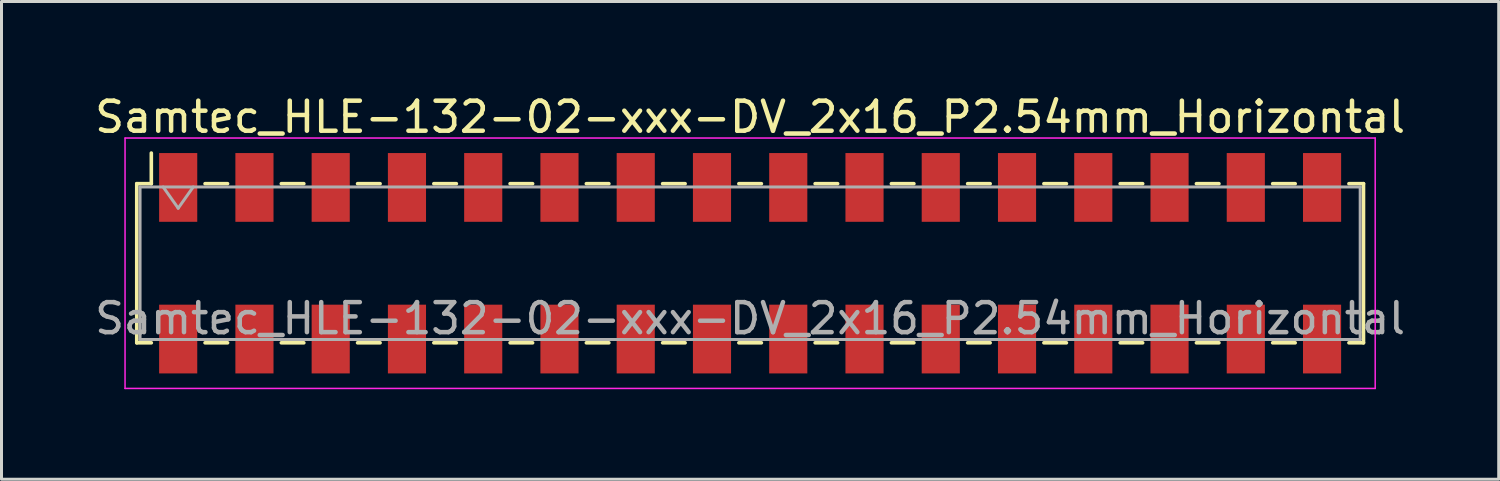
<source format=kicad_pcb>
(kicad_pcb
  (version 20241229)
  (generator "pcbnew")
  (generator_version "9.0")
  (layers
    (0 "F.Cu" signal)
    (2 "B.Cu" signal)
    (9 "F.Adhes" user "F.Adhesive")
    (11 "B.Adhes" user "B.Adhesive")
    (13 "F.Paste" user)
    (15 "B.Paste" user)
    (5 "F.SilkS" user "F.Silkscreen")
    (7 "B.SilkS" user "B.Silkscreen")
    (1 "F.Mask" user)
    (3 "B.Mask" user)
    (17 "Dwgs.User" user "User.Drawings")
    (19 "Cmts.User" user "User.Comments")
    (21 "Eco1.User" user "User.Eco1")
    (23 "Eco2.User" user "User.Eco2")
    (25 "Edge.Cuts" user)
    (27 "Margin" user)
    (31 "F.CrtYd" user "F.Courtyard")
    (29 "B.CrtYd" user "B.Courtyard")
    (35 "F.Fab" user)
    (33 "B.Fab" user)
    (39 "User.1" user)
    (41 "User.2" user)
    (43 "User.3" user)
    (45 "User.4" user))
  (footprint "Samtec_HLE-132-02-xxx-DV_2x16_P2.54mm_Horizontal"
    (layer "F.Cu")
    (at 21.935 5.718)
    (property "Reference" "Samtec_HLE-132-02-xxx-DV_2x16_P2.54mm_Horizontal" (at 0 -4.87 0) (layer "F.SilkS") (effects (font (size 1 1) (thickness 0.15))))
    (attr smd)
    (fp_line (start -20.43 -2.65) (end -20.43 2.65) (stroke (width 0.12) (type solid)) (layer "F.SilkS"))
    (fp_line (start -20.43 2.65) (end -19.945 2.65) (stroke (width 0.12) (type solid)) (layer "F.SilkS"))
    (fp_line (start -19.945 -3.67) (end -19.945 -2.65) (stroke (width 0.12) (type solid)) (layer "F.SilkS"))
    (fp_line (start -19.945 -2.65) (end -20.43 -2.65) (stroke (width 0.12) (type solid)) (layer "F.SilkS"))
    (fp_line (start -18.155 -2.65) (end -17.405 -2.65) (stroke (width 0.12) (type solid)) (layer "F.SilkS"))
    (fp_line (start -18.155 2.65) (end -17.405 2.65) (stroke (width 0.12) (type solid)) (layer "F.SilkS"))
    (fp_line (start -15.615 -2.65) (end -14.865 -2.65) (stroke (width 0.12) (type solid)) (layer "F.SilkS"))
    (fp_line (start -15.615 2.65) (end -14.865 2.65) (stroke (width 0.12) (type solid)) (layer "F.SilkS"))
    (fp_line (start -13.075 -2.65) (end -12.325 -2.65) (stroke (width 0.12) (type solid)) (layer "F.SilkS"))
    (fp_line (start -13.075 2.65) (end -12.325 2.65) (stroke (width 0.12) (type solid)) (layer "F.SilkS"))
    (fp_line (start -10.535 -2.65) (end -9.785 -2.65) (stroke (width 0.12) (type solid)) (layer "F.SilkS"))
    (fp_line (start -10.535 2.65) (end -9.785 2.65) (stroke (width 0.12) (type solid)) (layer "F.SilkS"))
    (fp_line (start -7.995 -2.65) (end -7.245 -2.65) (stroke (width 0.12) (type solid)) (layer "F.SilkS"))
    (fp_line (start -7.995 2.65) (end -7.245 2.65) (stroke (width 0.12) (type solid)) (layer "F.SilkS"))
    (fp_line (start -5.455 -2.65) (end -4.705 -2.65) (stroke (width 0.12) (type solid)) (layer "F.SilkS"))
    (fp_line (start -5.455 2.65) (end -4.705 2.65) (stroke (width 0.12) (type solid)) (layer "F.SilkS"))
    (fp_line (start -2.915 -2.65) (end -2.165 -2.65) (stroke (width 0.12) (type solid)) (layer "F.SilkS"))
    (fp_line (start -2.915 2.65) (end -2.165 2.65) (stroke (width 0.12) (type solid)) (layer "F.SilkS"))
    (fp_line (start -0.375 -2.65) (end 0.375 -2.65) (stroke (width 0.12) (type solid)) (layer "F.SilkS"))
    (fp_line (start -0.375 2.65) (end 0.375 2.65) (stroke (width 0.12) (type solid)) (layer "F.SilkS"))
    (fp_line (start 2.165 -2.65) (end 2.915 -2.65) (stroke (width 0.12) (type solid)) (layer "F.SilkS"))
    (fp_line (start 2.165 2.65) (end 2.915 2.65) (stroke (width 0.12) (type solid)) (layer "F.SilkS"))
    (fp_line (start 4.705 -2.65) (end 5.455 -2.65) (stroke (width 0.12) (type solid)) (layer "F.SilkS"))
    (fp_line (start 4.705 2.65) (end 5.455 2.65) (stroke (width 0.12) (type solid)) (layer "F.SilkS"))
    (fp_line (start 7.245 -2.65) (end 7.995 -2.65) (stroke (width 0.12) (type solid)) (layer "F.SilkS"))
    (fp_line (start 7.245 2.65) (end 7.995 2.65) (stroke (width 0.12) (type solid)) (layer "F.SilkS"))
    (fp_line (start 9.785 -2.65) (end 10.535 -2.65) (stroke (width 0.12) (type solid)) (layer "F.SilkS"))
    (fp_line (start 9.785 2.65) (end 10.535 2.65) (stroke (width 0.12) (type solid)) (layer "F.SilkS"))
    (fp_line (start 12.325 -2.65) (end 13.075 -2.65) (stroke (width 0.12) (type solid)) (layer "F.SilkS"))
    (fp_line (start 12.325 2.65) (end 13.075 2.65) (stroke (width 0.12) (type solid)) (layer "F.SilkS"))
    (fp_line (start 14.865 -2.65) (end 15.615 -2.65) (stroke (width 0.12) (type solid)) (layer "F.SilkS"))
    (fp_line (start 14.865 2.65) (end 15.615 2.65) (stroke (width 0.12) (type solid)) (layer "F.SilkS"))
    (fp_line (start 17.405 -2.65) (end 18.155 -2.65) (stroke (width 0.12) (type solid)) (layer "F.SilkS"))
    (fp_line (start 17.405 2.65) (end 18.155 2.65) (stroke (width 0.12) (type solid)) (layer "F.SilkS"))
    (fp_line (start 19.945 -2.65) (end 20.43 -2.65) (stroke (width 0.12) (type solid)) (layer "F.SilkS"))
    (fp_line (start 20.43 -2.65) (end 20.43 2.65) (stroke (width 0.12) (type solid)) (layer "F.SilkS"))
    (fp_line (start 20.43 2.65) (end 19.945 2.65) (stroke (width 0.12) (type solid)) (layer "F.SilkS"))
    (fp_line (start -20.82 -4.17) (end 20.82 -4.17) (stroke (width 0.05) (type solid)) (layer "F.CrtYd"))
    (fp_line (start -20.82 4.17) (end -20.82 -4.17) (stroke (width 0.05) (type solid)) (layer "F.CrtYd"))
    (fp_line (start 20.82 -4.17) (end 20.82 4.17) (stroke (width 0.05) (type solid)) (layer "F.CrtYd"))
    (fp_line (start 20.82 4.17) (end -20.82 4.17) (stroke (width 0.05) (type solid)) (layer "F.CrtYd"))
    (fp_line (start -20.32 -2.54) (end 20.32 -2.54) (stroke (width 0.1) (type solid)) (layer "F.Fab"))
    (fp_line (start -20.32 2.54) (end -20.32 -2.54) (stroke (width 0.1) (type solid)) (layer "F.Fab"))
    (fp_line (start -19.55 -2.54) (end -19.05 -1.833) (stroke (width 0.1) (type solid)) (layer "F.Fab"))
    (fp_line (start -19.05 -1.833) (end -18.55 -2.54) (stroke (width 0.1) (type solid)) (layer "F.Fab"))
    (fp_line (start 20.32 -2.54) (end 20.32 2.54) (stroke (width 0.1) (type solid)) (layer "F.Fab"))
    (fp_line (start 20.32 2.54) (end -20.32 2.54) (stroke (width 0.1) (type solid)) (layer "F.Fab"))
    (fp_text user "${REFERENCE}" (at 0 1.84 0) (layer "F.Fab") (effects (font (size 1 1) (thickness 0.15))))
    (pad "1" smd rect (at -19.05 -2.525) (size 1.27 2.29) (layers "F.Cu" "F.Mask" "F.Paste"))
    (pad "2" smd rect (at -19.05 2.525) (size 1.27 2.29) (layers "F.Cu" "F.Mask" "F.Paste"))
    (pad "3" smd rect (at -16.51 -2.525) (size 1.27 2.29) (layers "F.Cu" "F.Mask" "F.Paste"))
    (pad "4" smd rect (at -16.51 2.525) (size 1.27 2.29) (layers "F.Cu" "F.Mask" "F.Paste"))
    (pad "5" smd rect (at -13.97 -2.525) (size 1.27 2.29) (layers "F.Cu" "F.Mask" "F.Paste"))
    (pad "6" smd rect (at -13.97 2.525) (size 1.27 2.29) (layers "F.Cu" "F.Mask" "F.Paste"))
    (pad "7" smd rect (at -11.43 -2.525) (size 1.27 2.29) (layers "F.Cu" "F.Mask" "F.Paste"))
    (pad "8" smd rect (at -11.43 2.525) (size 1.27 2.29) (layers "F.Cu" "F.Mask" "F.Paste"))
    (pad "9" smd rect (at -8.89 -2.525) (size 1.27 2.29) (layers "F.Cu" "F.Mask" "F.Paste"))
    (pad "10" smd rect (at -8.89 2.525) (size 1.27 2.29) (layers "F.Cu" "F.Mask" "F.Paste"))
    (pad "11" smd rect (at -6.35 -2.525) (size 1.27 2.29) (layers "F.Cu" "F.Mask" "F.Paste"))
    (pad "12" smd rect (at -6.35 2.525) (size 1.27 2.29) (layers "F.Cu" "F.Mask" "F.Paste"))
    (pad "13" smd rect (at -3.81 -2.525) (size 1.27 2.29) (layers "F.Cu" "F.Mask" "F.Paste"))
    (pad "14" smd rect (at -3.81 2.525) (size 1.27 2.29) (layers "F.Cu" "F.Mask" "F.Paste"))
    (pad "15" smd rect (at -1.27 -2.525) (size 1.27 2.29) (layers "F.Cu" "F.Mask" "F.Paste"))
    (pad "16" smd rect (at -1.27 2.525) (size 1.27 2.29) (layers "F.Cu" "F.Mask" "F.Paste"))
    (pad "17" smd rect (at 1.27 -2.525) (size 1.27 2.29) (layers "F.Cu" "F.Mask" "F.Paste"))
    (pad "18" smd rect (at 1.27 2.525) (size 1.27 2.29) (layers "F.Cu" "F.Mask" "F.Paste"))
    (pad "19" smd rect (at 3.81 -2.525) (size 1.27 2.29) (layers "F.Cu" "F.Mask" "F.Paste"))
    (pad "20" smd rect (at 3.81 2.525) (size 1.27 2.29) (layers "F.Cu" "F.Mask" "F.Paste"))
    (pad "21" smd rect (at 6.35 -2.525) (size 1.27 2.29) (layers "F.Cu" "F.Mask" "F.Paste"))
    (pad "22" smd rect (at 6.35 2.525) (size 1.27 2.29) (layers "F.Cu" "F.Mask" "F.Paste"))
    (pad "23" smd rect (at 8.89 -2.525) (size 1.27 2.29) (layers "F.Cu" "F.Mask" "F.Paste"))
    (pad "24" smd rect (at 8.89 2.525) (size 1.27 2.29) (layers "F.Cu" "F.Mask" "F.Paste"))
    (pad "25" smd rect (at 11.43 -2.525) (size 1.27 2.29) (layers "F.Cu" "F.Mask" "F.Paste"))
    (pad "26" smd rect (at 11.43 2.525) (size 1.27 2.29) (layers "F.Cu" "F.Mask" "F.Paste"))
    (pad "27" smd rect (at 13.97 -2.525) (size 1.27 2.29) (layers "F.Cu" "F.Mask" "F.Paste"))
    (pad "28" smd rect (at 13.97 2.525) (size 1.27 2.29) (layers "F.Cu" "F.Mask" "F.Paste"))
    (pad "29" smd rect (at 16.51 -2.525) (size 1.27 2.29) (layers "F.Cu" "F.Mask" "F.Paste"))
    (pad "30" smd rect (at 16.51 2.525) (size 1.27 2.29) (layers "F.Cu" "F.Mask" "F.Paste"))
    (pad "31" smd rect (at 19.05 -2.525) (size 1.27 2.29) (layers "F.Cu" "F.Mask" "F.Paste"))
    (pad "32" smd rect (at 19.05 2.525) (size 1.27 2.29) (layers "F.Cu" "F.Mask" "F.Paste")))
  (gr_rect
    (start -3 -3)
    (end 46.869 12.913)
    (stroke (width 0.1) (type default))
    (fill no)
    (layer "Edge.Cuts")))
</source>
